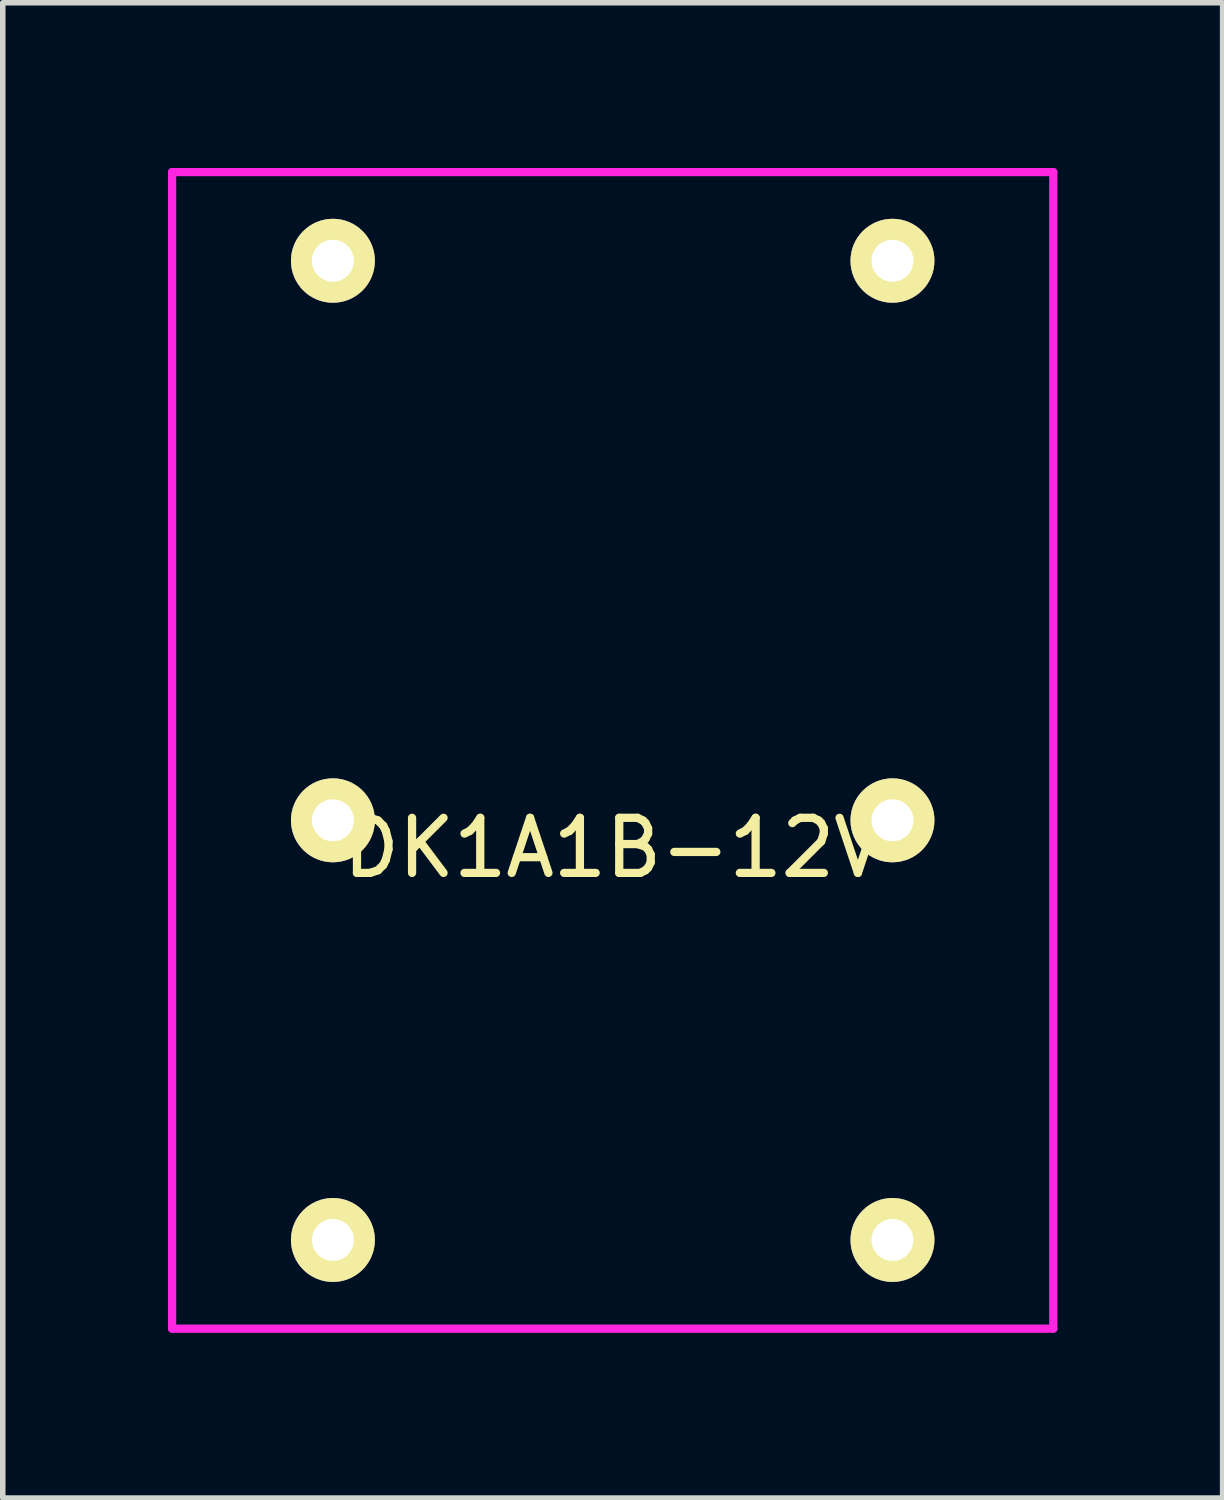
<source format=kicad_pcb>
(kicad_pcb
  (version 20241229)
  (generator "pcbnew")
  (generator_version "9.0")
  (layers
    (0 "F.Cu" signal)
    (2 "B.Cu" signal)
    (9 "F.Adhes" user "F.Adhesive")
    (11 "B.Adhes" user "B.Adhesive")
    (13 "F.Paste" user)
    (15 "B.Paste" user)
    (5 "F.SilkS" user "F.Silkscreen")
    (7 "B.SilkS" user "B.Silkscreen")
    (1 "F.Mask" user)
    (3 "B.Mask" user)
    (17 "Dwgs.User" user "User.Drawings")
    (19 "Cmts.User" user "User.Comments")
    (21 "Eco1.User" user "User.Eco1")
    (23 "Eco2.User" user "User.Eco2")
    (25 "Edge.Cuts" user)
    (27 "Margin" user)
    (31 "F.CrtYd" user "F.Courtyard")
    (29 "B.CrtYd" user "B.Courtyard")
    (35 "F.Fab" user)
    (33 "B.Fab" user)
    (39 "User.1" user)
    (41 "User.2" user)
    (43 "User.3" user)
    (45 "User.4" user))
  (footprint "DK1A1B-12V"
    (layer "F.Cu")
    (at 8.075 11.845)
    (property "Reference" "DK1A1B-12V" (at 0 0.5 0) (layer "F.SilkS") (effects (font (size 1 1) (thickness 0.15))))
    (attr through_hole)
    (fp_line (start -8 -11.77) (end 8 -11.77) (stroke (width 0.15) (type solid)) (layer "F.CrtYd"))
    (fp_line (start -8 9.23) (end -8 -11.77) (stroke (width 0.15) (type solid)) (layer "F.CrtYd"))
    (fp_line (start 8 -11.77) (end 8 9.23) (stroke (width 0.15) (type solid)) (layer "F.CrtYd"))
    (fp_line (start 8 9.23) (end -8 9.23) (stroke (width 0.15) (type solid)) (layer "F.CrtYd"))
    (pad "1" thru_hole circle (at -5.08 -10.16) (size 1.524 1.524) (drill 0.762) (layers "*.Cu" "*.Mask" "F.SilkS"))
    (pad "3" thru_hole circle (at -5.08 0) (size 1.524 1.524) (drill 0.762) (layers "*.Cu" "*.Mask" "F.SilkS"))
    (pad "4" thru_hole circle (at -5.08 7.62) (size 1.524 1.524) (drill 0.762) (layers "*.Cu" "*.Mask" "F.SilkS"))
    (pad "5" thru_hole circle (at 5.08 7.62) (size 1.524 1.524) (drill 0.762) (layers "*.Cu" "*.Mask" "F.SilkS"))
    (pad "6" thru_hole circle (at 5.08 0) (size 1.524 1.524) (drill 0.762) (layers "*.Cu" "*.Mask" "F.SilkS"))
    (pad "8" thru_hole circle (at 5.08 -10.16) (size 1.524 1.524) (drill 0.762) (layers "*.Cu" "*.Mask" "F.SilkS")))
  (gr_rect
    (start -3 -3)
    (end 19.15 24.15)
    (stroke (width 0.1) (type default))
    (fill no)
    (layer "Edge.Cuts")))
</source>
